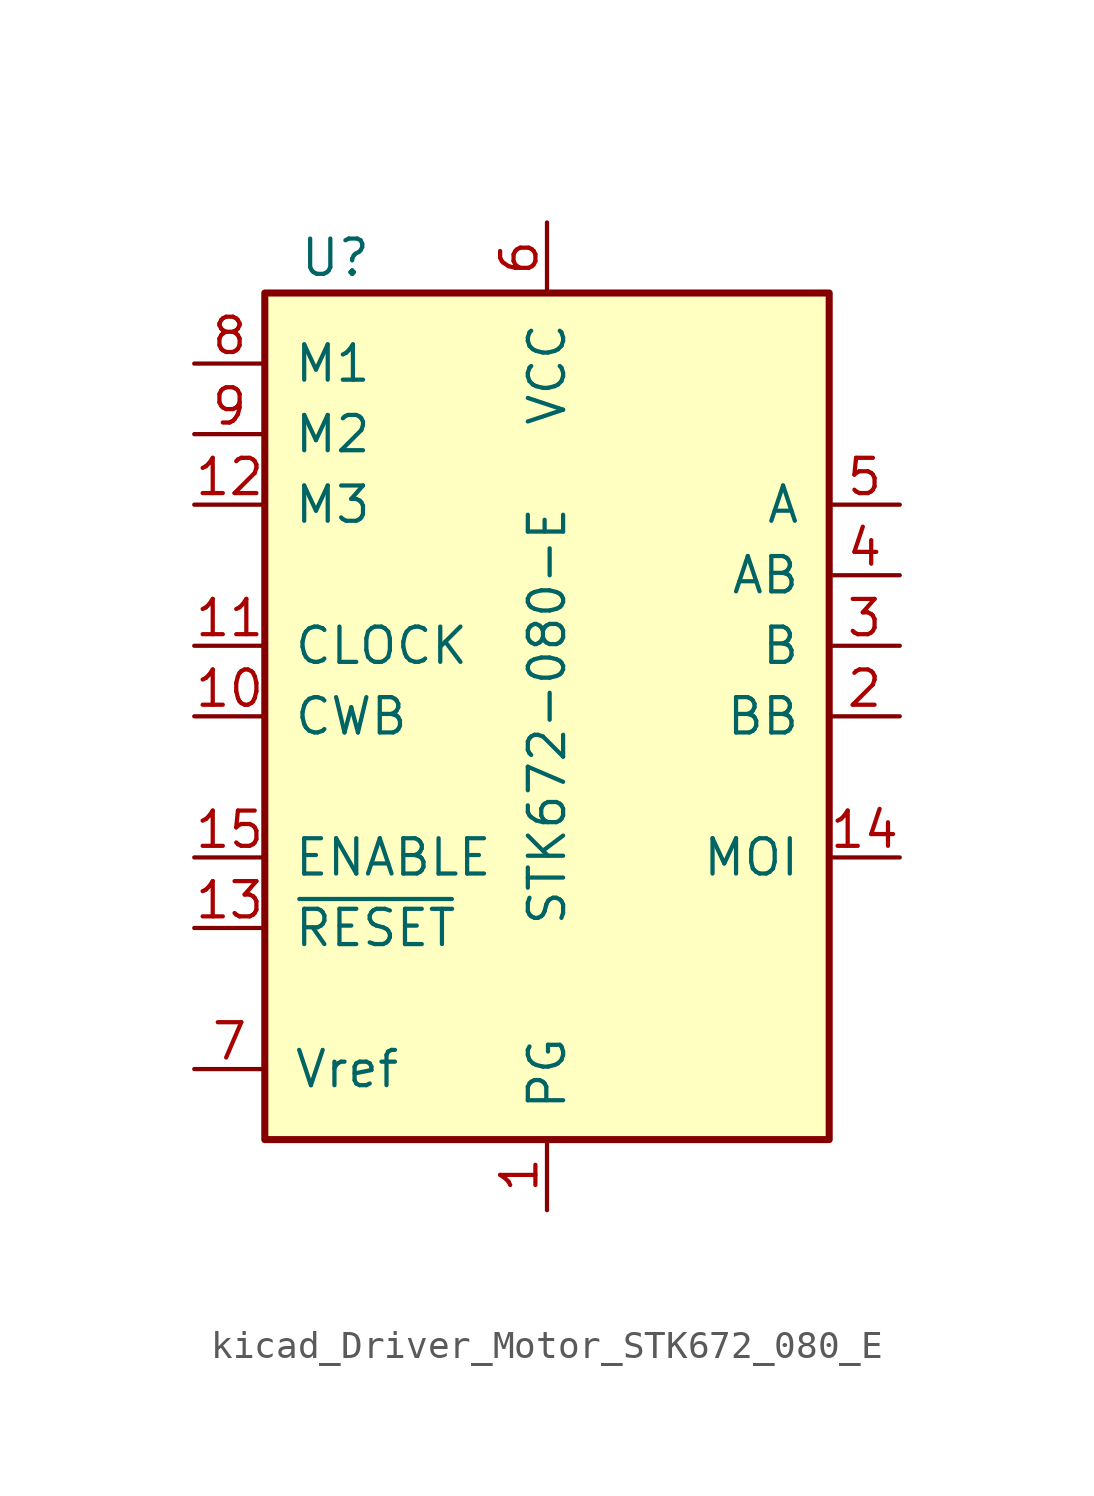
<source format=kicad_sym>
(kicad_symbol_lib
  (version 20220914)
  (generator kicad_symbol_editor)
  (symbol "kicad_Driver_Motor_STK672_080_E"
    (pin_names
      (offset 1.016))
    (property "Reference" "U"
      (at -7.62 16.51 0)
      (effects (font (size 1.27 1.27))))
    (property "Value" "STK672-080-E"
      (at 0 0 90)
      (effects (font (size 1.27 1.27))))
    (symbol "kicad_Driver_Motor_STK672_080_E_0_1"
      (rectangle (start -10.16 15.24) (end 10.16 -15.24) (stroke (width 0.254) (type default)) (fill (type background))))
    (symbol "kicad_Driver_Motor_STK672_080_E_1_1"
      (pin power_in line (at 0 -17.78 90) (length 2.54) (name "PG" (effects (font (size 1.27 1.27)))) (number "1" (effects (font (size 1.27 1.27)))))
      (pin input line (at -12.7 0 0) (length 2.54) (name "CWB" (effects (font (size 1.27 1.27)))) (number "10" (effects (font (size 1.27 1.27)))))
      (pin input line (at -12.7 2.54 0) (length 2.54) (name "CLOCK" (effects (font (size 1.27 1.27)))) (number "11" (effects (font (size 1.27 1.27)))))
      (pin input line (at -12.7 7.62 0) (length 2.54) (name "M3" (effects (font (size 1.27 1.27)))) (number "12" (effects (font (size 1.27 1.27)))))
      (pin input line (at -12.7 -7.62 0) (length 2.54) (name "~{RESET}" (effects (font (size 1.27 1.27)))) (number "13" (effects (font (size 1.27 1.27)))))
      (pin output line (at 12.7 -5.08 180) (length 2.54) (name "MOI" (effects (font (size 1.27 1.27)))) (number "14" (effects (font (size 1.27 1.27)))))
      (pin input line (at -12.7 -5.08 0) (length 2.54) (name "ENABLE" (effects (font (size 1.27 1.27)))) (number "15" (effects (font (size 1.27 1.27)))))
      (pin output line (at 12.7 0 180) (length 2.54) (name "BB" (effects (font (size 1.27 1.27)))) (number "2" (effects (font (size 1.27 1.27)))))
      (pin output line (at 12.7 2.54 180) (length 2.54) (name "B" (effects (font (size 1.27 1.27)))) (number "3" (effects (font (size 1.27 1.27)))))
      (pin output line (at 12.7 5.08 180) (length 2.54) (name "AB" (effects (font (size 1.27 1.27)))) (number "4" (effects (font (size 1.27 1.27)))))
      (pin output line (at 12.7 7.62 180) (length 2.54) (name "A" (effects (font (size 1.27 1.27)))) (number "5" (effects (font (size 1.27 1.27)))))
      (pin power_in line (at 0 17.78 270) (length 2.54) (name "VCC" (effects (font (size 1.27 1.27)))) (number "6" (effects (font (size 1.27 1.27)))))
      (pin input line (at -12.7 -12.7 0) (length 2.54) (name "Vref" (effects (font (size 1.27 1.27)))) (number "7" (effects (font (size 1.27 1.27)))))
      (pin input line (at -12.7 12.7 0) (length 2.54) (name "M1" (effects (font (size 1.27 1.27)))) (number "8" (effects (font (size 1.27 1.27)))))
      (pin input line (at -12.7 10.16 0) (length 2.54) (name "M2" (effects (font (size 1.27 1.27)))) (number "9" (effects (font (size 1.27 1.27))))))))
</source>
